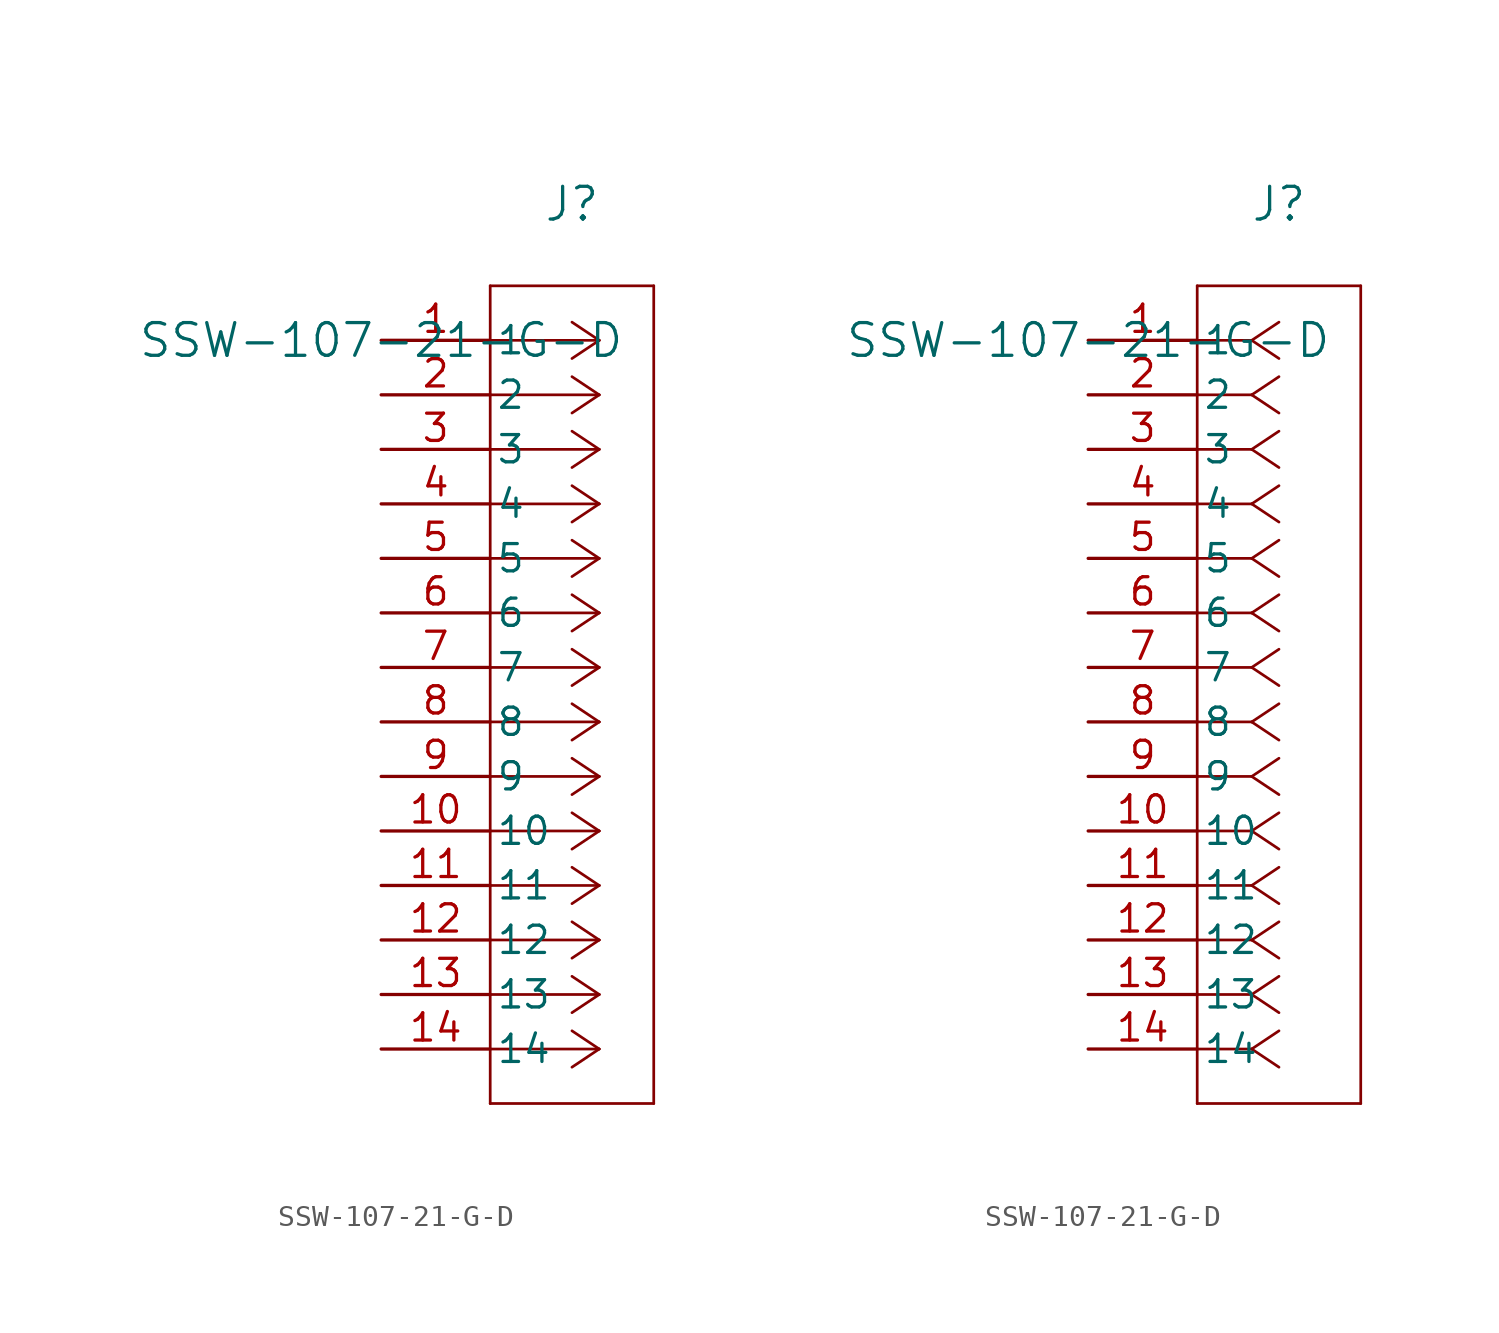
<source format=kicad_sym>
(kicad_symbol_lib
  (version 20211014)
  (generator kicad_symbol_editor)
  (symbol "SSW-107-21-G-D"
    (pin_names
      (offset 0.254))
    (property "Reference" "J"
      (at 8.89 6.35 0)
      (effects (font (size 1.524 1.524))))
    (property "Value" "SSW-107-21-G-D"
      (at 0 0 0)
      (effects (font (size 1.524 1.524))))
    (symbol "SSW-107-21-G-D_1_1"
      (polyline (pts (xy 10.16 0) (xy 5.08 0)) (stroke (width 0.127) (type default) (color 0 0 0 0)) (fill (type none)))
      (polyline (pts (xy 10.16 -2.54) (xy 5.08 -2.54)) (stroke (width 0.127) (type default) (color 0 0 0 0)) (fill (type none)))
      (polyline (pts (xy 10.16 -5.08) (xy 5.08 -5.08)) (stroke (width 0.127) (type default) (color 0 0 0 0)) (fill (type none)))
      (polyline (pts (xy 10.16 -7.62) (xy 5.08 -7.62)) (stroke (width 0.127) (type default) (color 0 0 0 0)) (fill (type none)))
      (polyline (pts (xy 10.16 -10.16) (xy 5.08 -10.16)) (stroke (width 0.127) (type default) (color 0 0 0 0)) (fill (type none)))
      (polyline (pts (xy 10.16 -12.7) (xy 5.08 -12.7)) (stroke (width 0.127) (type default) (color 0 0 0 0)) (fill (type none)))
      (polyline (pts (xy 10.16 -15.24) (xy 5.08 -15.24)) (stroke (width 0.127) (type default) (color 0 0 0 0)) (fill (type none)))
      (polyline (pts (xy 10.16 -17.78) (xy 5.08 -17.78)) (stroke (width 0.127) (type default) (color 0 0 0 0)) (fill (type none)))
      (polyline (pts (xy 10.16 -20.32) (xy 5.08 -20.32)) (stroke (width 0.127) (type default) (color 0 0 0 0)) (fill (type none)))
      (polyline (pts (xy 10.16 -22.86) (xy 5.08 -22.86)) (stroke (width 0.127) (type default) (color 0 0 0 0)) (fill (type none)))
      (polyline (pts (xy 10.16 -25.4) (xy 5.08 -25.4)) (stroke (width 0.127) (type default) (color 0 0 0 0)) (fill (type none)))
      (polyline (pts (xy 10.16 -27.94) (xy 5.08 -27.94)) (stroke (width 0.127) (type default) (color 0 0 0 0)) (fill (type none)))
      (polyline (pts (xy 10.16 -30.48) (xy 5.08 -30.48)) (stroke (width 0.127) (type default) (color 0 0 0 0)) (fill (type none)))
      (polyline (pts (xy 10.16 -33.02) (xy 5.08 -33.02)) (stroke (width 0.127) (type default) (color 0 0 0 0)) (fill (type none)))
      (polyline (pts (xy 10.16 0) (xy 8.89 0.847)) (stroke (width 0.127) (type default) (color 0 0 0 0)) (fill (type none)))
      (polyline (pts (xy 10.16 -2.54) (xy 8.89 -1.693)) (stroke (width 0.127) (type default) (color 0 0 0 0)) (fill (type none)))
      (polyline (pts (xy 10.16 -5.08) (xy 8.89 -4.233)) (stroke (width 0.127) (type default) (color 0 0 0 0)) (fill (type none)))
      (polyline (pts (xy 10.16 -7.62) (xy 8.89 -6.773)) (stroke (width 0.127) (type default) (color 0 0 0 0)) (fill (type none)))
      (polyline (pts (xy 10.16 -10.16) (xy 8.89 -9.313)) (stroke (width 0.127) (type default) (color 0 0 0 0)) (fill (type none)))
      (polyline (pts (xy 10.16 -12.7) (xy 8.89 -11.853)) (stroke (width 0.127) (type default) (color 0 0 0 0)) (fill (type none)))
      (polyline (pts (xy 10.16 -15.24) (xy 8.89 -14.393)) (stroke (width 0.127) (type default) (color 0 0 0 0)) (fill (type none)))
      (polyline (pts (xy 10.16 -17.78) (xy 8.89 -16.933)) (stroke (width 0.127) (type default) (color 0 0 0 0)) (fill (type none)))
      (polyline (pts (xy 10.16 -20.32) (xy 8.89 -19.473)) (stroke (width 0.127) (type default) (color 0 0 0 0)) (fill (type none)))
      (polyline (pts (xy 10.16 -22.86) (xy 8.89 -22.013)) (stroke (width 0.127) (type default) (color 0 0 0 0)) (fill (type none)))
      (polyline (pts (xy 10.16 -25.4) (xy 8.89 -24.553)) (stroke (width 0.127) (type default) (color 0 0 0 0)) (fill (type none)))
      (polyline (pts (xy 10.16 -27.94) (xy 8.89 -27.093)) (stroke (width 0.127) (type default) (color 0 0 0 0)) (fill (type none)))
      (polyline (pts (xy 10.16 -30.48) (xy 8.89 -29.633)) (stroke (width 0.127) (type default) (color 0 0 0 0)) (fill (type none)))
      (polyline (pts (xy 10.16 -33.02) (xy 8.89 -32.173)) (stroke (width 0.127) (type default) (color 0 0 0 0)) (fill (type none)))
      (polyline (pts (xy 10.16 0) (xy 8.89 -0.847)) (stroke (width 0.127) (type default) (color 0 0 0 0)) (fill (type none)))
      (polyline (pts (xy 10.16 -2.54) (xy 8.89 -3.387)) (stroke (width 0.127) (type default) (color 0 0 0 0)) (fill (type none)))
      (polyline (pts (xy 10.16 -5.08) (xy 8.89 -5.927)) (stroke (width 0.127) (type default) (color 0 0 0 0)) (fill (type none)))
      (polyline (pts (xy 10.16 -7.62) (xy 8.89 -8.467)) (stroke (width 0.127) (type default) (color 0 0 0 0)) (fill (type none)))
      (polyline (pts (xy 10.16 -10.16) (xy 8.89 -11.007)) (stroke (width 0.127) (type default) (color 0 0 0 0)) (fill (type none)))
      (polyline (pts (xy 10.16 -12.7) (xy 8.89 -13.547)) (stroke (width 0.127) (type default) (color 0 0 0 0)) (fill (type none)))
      (polyline (pts (xy 10.16 -15.24) (xy 8.89 -16.087)) (stroke (width 0.127) (type default) (color 0 0 0 0)) (fill (type none)))
      (polyline (pts (xy 10.16 -17.78) (xy 8.89 -18.627)) (stroke (width 0.127) (type default) (color 0 0 0 0)) (fill (type none)))
      (polyline (pts (xy 10.16 -20.32) (xy 8.89 -21.167)) (stroke (width 0.127) (type default) (color 0 0 0 0)) (fill (type none)))
      (polyline (pts (xy 10.16 -22.86) (xy 8.89 -23.707)) (stroke (width 0.127) (type default) (color 0 0 0 0)) (fill (type none)))
      (polyline (pts (xy 10.16 -25.4) (xy 8.89 -26.247)) (stroke (width 0.127) (type default) (color 0 0 0 0)) (fill (type none)))
      (polyline (pts (xy 10.16 -27.94) (xy 8.89 -28.787)) (stroke (width 0.127) (type default) (color 0 0 0 0)) (fill (type none)))
      (polyline (pts (xy 10.16 -30.48) (xy 8.89 -31.327)) (stroke (width 0.127) (type default) (color 0 0 0 0)) (fill (type none)))
      (polyline (pts (xy 10.16 -33.02) (xy 8.89 -33.867)) (stroke (width 0.127) (type default) (color 0 0 0 0)) (fill (type none)))
      (polyline (pts (xy 5.08 2.54) (xy 5.08 -35.56)) (stroke (width 0.127) (type default) (color 0 0 0 0)) (fill (type none)))
      (polyline (pts (xy 5.08 -35.56) (xy 12.7 -35.56)) (stroke (width 0.127) (type default) (color 0 0 0 0)) (fill (type none)))
      (polyline (pts (xy 12.7 -35.56) (xy 12.7 2.54)) (stroke (width 0.127) (type default) (color 0 0 0 0)) (fill (type none)))
      (polyline (pts (xy 12.7 2.54) (xy 5.08 2.54)) (stroke (width 0.127) (type default) (color 0 0 0 0)) (fill (type none)))
      (pin unspecified line (at 0 0 0) (length 5.08) (name "1" (effects (font (size 1.27 1.27)))) (number "1" (effects (font (size 1.27 1.27)))))
      (pin unspecified line (at 0 -2.54 0) (length 5.08) (name "2" (effects (font (size 1.27 1.27)))) (number "2" (effects (font (size 1.27 1.27)))))
      (pin unspecified line (at 0 -5.08 0) (length 5.08) (name "3" (effects (font (size 1.27 1.27)))) (number "3" (effects (font (size 1.27 1.27)))))
      (pin unspecified line (at 0 -7.62 0) (length 5.08) (name "4" (effects (font (size 1.27 1.27)))) (number "4" (effects (font (size 1.27 1.27)))))
      (pin unspecified line (at 0 -10.16 0) (length 5.08) (name "5" (effects (font (size 1.27 1.27)))) (number "5" (effects (font (size 1.27 1.27)))))
      (pin unspecified line (at 0 -12.7 0) (length 5.08) (name "6" (effects (font (size 1.27 1.27)))) (number "6" (effects (font (size 1.27 1.27)))))
      (pin unspecified line (at 0 -15.24 0) (length 5.08) (name "7" (effects (font (size 1.27 1.27)))) (number "7" (effects (font (size 1.27 1.27)))))
      (pin unspecified line (at 0 -17.78 0) (length 5.08) (name "8" (effects (font (size 1.27 1.27)))) (number "8" (effects (font (size 1.27 1.27)))))
      (pin unspecified line (at 0 -20.32 0) (length 5.08) (name "9" (effects (font (size 1.27 1.27)))) (number "9" (effects (font (size 1.27 1.27)))))
      (pin unspecified line (at 0 -22.86 0) (length 5.08) (name "10" (effects (font (size 1.27 1.27)))) (number "10" (effects (font (size 1.27 1.27)))))
      (pin unspecified line (at 0 -25.4 0) (length 5.08) (name "11" (effects (font (size 1.27 1.27)))) (number "11" (effects (font (size 1.27 1.27)))))
      (pin unspecified line (at 0 -27.94 0) (length 5.08) (name "12" (effects (font (size 1.27 1.27)))) (number "12" (effects (font (size 1.27 1.27)))))
      (pin unspecified line (at 0 -30.48 0) (length 5.08) (name "13" (effects (font (size 1.27 1.27)))) (number "13" (effects (font (size 1.27 1.27)))))
      (pin unspecified line (at 0 -33.02 0) (length 5.08) (name "14" (effects (font (size 1.27 1.27)))) (number "14" (effects (font (size 1.27 1.27))))))
    (symbol "SSW-107-21-G-D_1_2"
      (polyline (pts (xy 7.62 0) (xy 5.08 0)) (stroke (width 0.127) (type default) (color 0 0 0 0)) (fill (type none)))
      (polyline (pts (xy 7.62 -2.54) (xy 5.08 -2.54)) (stroke (width 0.127) (type default) (color 0 0 0 0)) (fill (type none)))
      (polyline (pts (xy 7.62 -5.08) (xy 5.08 -5.08)) (stroke (width 0.127) (type default) (color 0 0 0 0)) (fill (type none)))
      (polyline (pts (xy 7.62 -7.62) (xy 5.08 -7.62)) (stroke (width 0.127) (type default) (color 0 0 0 0)) (fill (type none)))
      (polyline (pts (xy 7.62 -10.16) (xy 5.08 -10.16)) (stroke (width 0.127) (type default) (color 0 0 0 0)) (fill (type none)))
      (polyline (pts (xy 7.62 -12.7) (xy 5.08 -12.7)) (stroke (width 0.127) (type default) (color 0 0 0 0)) (fill (type none)))
      (polyline (pts (xy 7.62 -15.24) (xy 5.08 -15.24)) (stroke (width 0.127) (type default) (color 0 0 0 0)) (fill (type none)))
      (polyline (pts (xy 7.62 -17.78) (xy 5.08 -17.78)) (stroke (width 0.127) (type default) (color 0 0 0 0)) (fill (type none)))
      (polyline (pts (xy 7.62 -20.32) (xy 5.08 -20.32)) (stroke (width 0.127) (type default) (color 0 0 0 0)) (fill (type none)))
      (polyline (pts (xy 7.62 -22.86) (xy 5.08 -22.86)) (stroke (width 0.127) (type default) (color 0 0 0 0)) (fill (type none)))
      (polyline (pts (xy 7.62 -25.4) (xy 5.08 -25.4)) (stroke (width 0.127) (type default) (color 0 0 0 0)) (fill (type none)))
      (polyline (pts (xy 7.62 -27.94) (xy 5.08 -27.94)) (stroke (width 0.127) (type default) (color 0 0 0 0)) (fill (type none)))
      (polyline (pts (xy 7.62 -30.48) (xy 5.08 -30.48)) (stroke (width 0.127) (type default) (color 0 0 0 0)) (fill (type none)))
      (polyline (pts (xy 7.62 -33.02) (xy 5.08 -33.02)) (stroke (width 0.127) (type default) (color 0 0 0 0)) (fill (type none)))
      (polyline (pts (xy 7.62 0) (xy 8.89 0.847)) (stroke (width 0.127) (type default) (color 0 0 0 0)) (fill (type none)))
      (polyline (pts (xy 7.62 -2.54) (xy 8.89 -1.693)) (stroke (width 0.127) (type default) (color 0 0 0 0)) (fill (type none)))
      (polyline (pts (xy 7.62 -5.08) (xy 8.89 -4.233)) (stroke (width 0.127) (type default) (color 0 0 0 0)) (fill (type none)))
      (polyline (pts (xy 7.62 -7.62) (xy 8.89 -6.773)) (stroke (width 0.127) (type default) (color 0 0 0 0)) (fill (type none)))
      (polyline (pts (xy 7.62 -10.16) (xy 8.89 -9.313)) (stroke (width 0.127) (type default) (color 0 0 0 0)) (fill (type none)))
      (polyline (pts (xy 7.62 -12.7) (xy 8.89 -11.853)) (stroke (width 0.127) (type default) (color 0 0 0 0)) (fill (type none)))
      (polyline (pts (xy 7.62 -15.24) (xy 8.89 -14.393)) (stroke (width 0.127) (type default) (color 0 0 0 0)) (fill (type none)))
      (polyline (pts (xy 7.62 -17.78) (xy 8.89 -16.933)) (stroke (width 0.127) (type default) (color 0 0 0 0)) (fill (type none)))
      (polyline (pts (xy 7.62 -20.32) (xy 8.89 -19.473)) (stroke (width 0.127) (type default) (color 0 0 0 0)) (fill (type none)))
      (polyline (pts (xy 7.62 -22.86) (xy 8.89 -22.013)) (stroke (width 0.127) (type default) (color 0 0 0 0)) (fill (type none)))
      (polyline (pts (xy 7.62 -25.4) (xy 8.89 -24.553)) (stroke (width 0.127) (type default) (color 0 0 0 0)) (fill (type none)))
      (polyline (pts (xy 7.62 -27.94) (xy 8.89 -27.093)) (stroke (width 0.127) (type default) (color 0 0 0 0)) (fill (type none)))
      (polyline (pts (xy 7.62 -30.48) (xy 8.89 -29.633)) (stroke (width 0.127) (type default) (color 0 0 0 0)) (fill (type none)))
      (polyline (pts (xy 7.62 -33.02) (xy 8.89 -32.173)) (stroke (width 0.127) (type default) (color 0 0 0 0)) (fill (type none)))
      (polyline (pts (xy 7.62 0) (xy 8.89 -0.847)) (stroke (width 0.127) (type default) (color 0 0 0 0)) (fill (type none)))
      (polyline (pts (xy 7.62 -2.54) (xy 8.89 -3.387)) (stroke (width 0.127) (type default) (color 0 0 0 0)) (fill (type none)))
      (polyline (pts (xy 7.62 -5.08) (xy 8.89 -5.927)) (stroke (width 0.127) (type default) (color 0 0 0 0)) (fill (type none)))
      (polyline (pts (xy 7.62 -7.62) (xy 8.89 -8.467)) (stroke (width 0.127) (type default) (color 0 0 0 0)) (fill (type none)))
      (polyline (pts (xy 7.62 -10.16) (xy 8.89 -11.007)) (stroke (width 0.127) (type default) (color 0 0 0 0)) (fill (type none)))
      (polyline (pts (xy 7.62 -12.7) (xy 8.89 -13.547)) (stroke (width 0.127) (type default) (color 0 0 0 0)) (fill (type none)))
      (polyline (pts (xy 7.62 -15.24) (xy 8.89 -16.087)) (stroke (width 0.127) (type default) (color 0 0 0 0)) (fill (type none)))
      (polyline (pts (xy 7.62 -17.78) (xy 8.89 -18.627)) (stroke (width 0.127) (type default) (color 0 0 0 0)) (fill (type none)))
      (polyline (pts (xy 7.62 -20.32) (xy 8.89 -21.167)) (stroke (width 0.127) (type default) (color 0 0 0 0)) (fill (type none)))
      (polyline (pts (xy 7.62 -22.86) (xy 8.89 -23.707)) (stroke (width 0.127) (type default) (color 0 0 0 0)) (fill (type none)))
      (polyline (pts (xy 7.62 -25.4) (xy 8.89 -26.247)) (stroke (width 0.127) (type default) (color 0 0 0 0)) (fill (type none)))
      (polyline (pts (xy 7.62 -27.94) (xy 8.89 -28.787)) (stroke (width 0.127) (type default) (color 0 0 0 0)) (fill (type none)))
      (polyline (pts (xy 7.62 -30.48) (xy 8.89 -31.327)) (stroke (width 0.127) (type default) (color 0 0 0 0)) (fill (type none)))
      (polyline (pts (xy 7.62 -33.02) (xy 8.89 -33.867)) (stroke (width 0.127) (type default) (color 0 0 0 0)) (fill (type none)))
      (polyline (pts (xy 5.08 2.54) (xy 5.08 -35.56)) (stroke (width 0.127) (type default) (color 0 0 0 0)) (fill (type none)))
      (polyline (pts (xy 5.08 -35.56) (xy 12.7 -35.56)) (stroke (width 0.127) (type default) (color 0 0 0 0)) (fill (type none)))
      (polyline (pts (xy 12.7 -35.56) (xy 12.7 2.54)) (stroke (width 0.127) (type default) (color 0 0 0 0)) (fill (type none)))
      (polyline (pts (xy 12.7 2.54) (xy 5.08 2.54)) (stroke (width 0.127) (type default) (color 0 0 0 0)) (fill (type none)))
      (pin unspecified line (at 0 0 0) (length 5.08) (name "1" (effects (font (size 1.27 1.27)))) (number "1" (effects (font (size 1.27 1.27)))))
      (pin unspecified line (at 0 -2.54 0) (length 5.08) (name "2" (effects (font (size 1.27 1.27)))) (number "2" (effects (font (size 1.27 1.27)))))
      (pin unspecified line (at 0 -5.08 0) (length 5.08) (name "3" (effects (font (size 1.27 1.27)))) (number "3" (effects (font (size 1.27 1.27)))))
      (pin unspecified line (at 0 -7.62 0) (length 5.08) (name "4" (effects (font (size 1.27 1.27)))) (number "4" (effects (font (size 1.27 1.27)))))
      (pin unspecified line (at 0 -10.16 0) (length 5.08) (name "5" (effects (font (size 1.27 1.27)))) (number "5" (effects (font (size 1.27 1.27)))))
      (pin unspecified line (at 0 -12.7 0) (length 5.08) (name "6" (effects (font (size 1.27 1.27)))) (number "6" (effects (font (size 1.27 1.27)))))
      (pin unspecified line (at 0 -15.24 0) (length 5.08) (name "7" (effects (font (size 1.27 1.27)))) (number "7" (effects (font (size 1.27 1.27)))))
      (pin unspecified line (at 0 -17.78 0) (length 5.08) (name "8" (effects (font (size 1.27 1.27)))) (number "8" (effects (font (size 1.27 1.27)))))
      (pin unspecified line (at 0 -20.32 0) (length 5.08) (name "9" (effects (font (size 1.27 1.27)))) (number "9" (effects (font (size 1.27 1.27)))))
      (pin unspecified line (at 0 -22.86 0) (length 5.08) (name "10" (effects (font (size 1.27 1.27)))) (number "10" (effects (font (size 1.27 1.27)))))
      (pin unspecified line (at 0 -25.4 0) (length 5.08) (name "11" (effects (font (size 1.27 1.27)))) (number "11" (effects (font (size 1.27 1.27)))))
      (pin unspecified line (at 0 -27.94 0) (length 5.08) (name "12" (effects (font (size 1.27 1.27)))) (number "12" (effects (font (size 1.27 1.27)))))
      (pin unspecified line (at 0 -30.48 0) (length 5.08) (name "13" (effects (font (size 1.27 1.27)))) (number "13" (effects (font (size 1.27 1.27)))))
      (pin unspecified line (at 0 -33.02 0) (length 5.08) (name "14" (effects (font (size 1.27 1.27)))) (number "14" (effects (font (size 1.27 1.27))))))))
</source>
